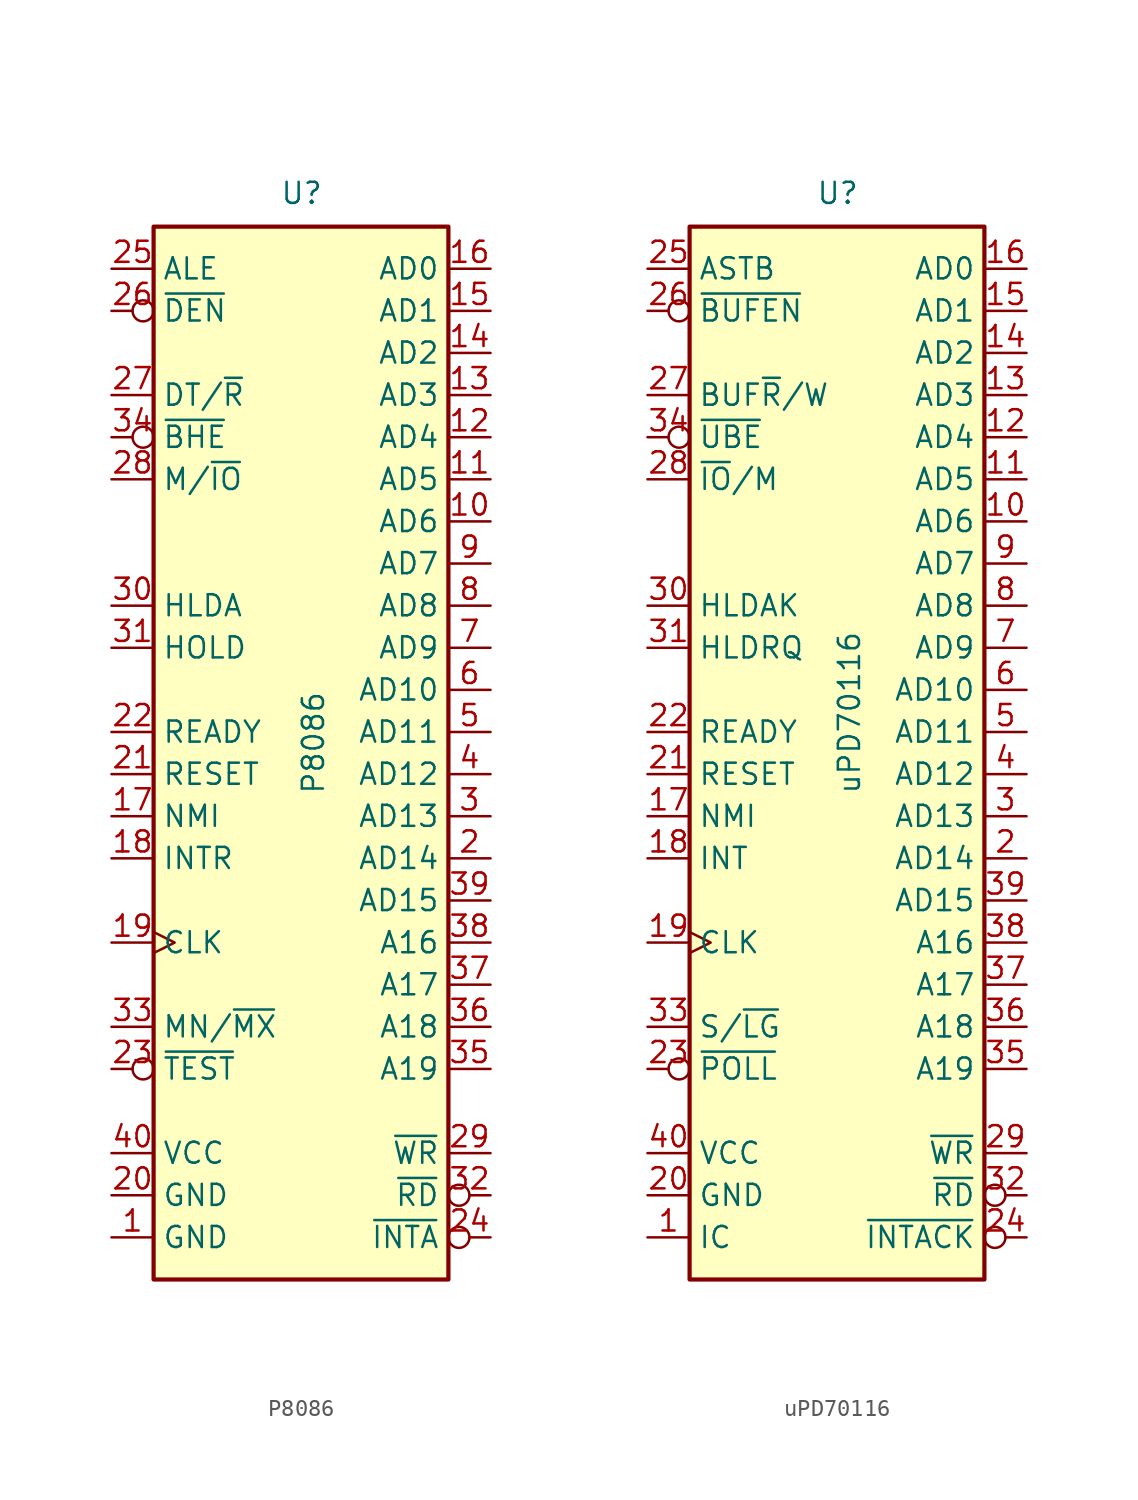
<source format=kicad_sym>
(kicad_symbol_lib
  (version 20220914)
  (generator kicad_symbol_editor)
  (symbol "P8086"
    (property "Reference" "U"
      (at -1.27 31.75 0)
      (effects (font (size 1.27 1.27)) (justify left bottom)))
    (property "Value" "P8086"
      (at 0 -3.81 90)
      (effects (font (size 1.27 1.27)) (justify left top)))
    (symbol "P8086_0_1"
      (rectangle (start -8.89 -33.02) (end 8.89 30.48) (stroke (width 0.254) (type default)) (fill (type background))))
    (symbol "P8086_1_1"
      (pin power_in line (at -11.43 -30.48 0) (length 2.54) (name "GND" (effects (font (size 1.27 1.27)))) (number "1" (effects (font (size 1.27 1.27)))))
      (pin bidirectional line (at 11.43 12.7 180) (length 2.54) (name "AD6" (effects (font (size 1.27 1.27)))) (number "10" (effects (font (size 1.27 1.27)))))
      (pin bidirectional line (at 11.43 15.24 180) (length 2.54) (name "AD5" (effects (font (size 1.27 1.27)))) (number "11" (effects (font (size 1.27 1.27)))))
      (pin bidirectional line (at 11.43 17.78 180) (length 2.54) (name "AD4" (effects (font (size 1.27 1.27)))) (number "12" (effects (font (size 1.27 1.27)))))
      (pin bidirectional line (at 11.43 20.32 180) (length 2.54) (name "AD3" (effects (font (size 1.27 1.27)))) (number "13" (effects (font (size 1.27 1.27)))))
      (pin bidirectional line (at 11.43 22.86 180) (length 2.54) (name "AD2" (effects (font (size 1.27 1.27)))) (number "14" (effects (font (size 1.27 1.27)))))
      (pin bidirectional line (at 11.43 25.4 180) (length 2.54) (name "AD1" (effects (font (size 1.27 1.27)))) (number "15" (effects (font (size 1.27 1.27)))))
      (pin bidirectional line (at 11.43 27.94 180) (length 2.54) (name "AD0" (effects (font (size 1.27 1.27)))) (number "16" (effects (font (size 1.27 1.27)))))
      (pin input line (at -11.43 -5.08 0) (length 2.54) (name "NMI" (effects (font (size 1.27 1.27)))) (number "17" (effects (font (size 1.27 1.27)))))
      (pin input line (at -11.43 -7.62 0) (length 2.54) (name "INTR" (effects (font (size 1.27 1.27)))) (number "18" (effects (font (size 1.27 1.27)))))
      (pin input clock (at -11.43 -12.7 0) (length 2.54) (name "CLK" (effects (font (size 1.27 1.27)))) (number "19" (effects (font (size 1.27 1.27)))))
      (pin bidirectional line (at 11.43 -7.62 180) (length 2.54) (name "AD14" (effects (font (size 1.27 1.27)))) (number "2" (effects (font (size 1.27 1.27)))))
      (pin power_in line (at -11.43 -27.94 0) (length 2.54) (name "GND" (effects (font (size 1.27 1.27)))) (number "20" (effects (font (size 1.27 1.27)))))
      (pin input line (at -11.43 -2.54 0) (length 2.54) (name "RESET" (effects (font (size 1.27 1.27)))) (number "21" (effects (font (size 1.27 1.27)))))
      (pin input line (at -11.43 0 0) (length 2.54) (name "READY" (effects (font (size 1.27 1.27)))) (number "22" (effects (font (size 1.27 1.27)))))
      (pin input inverted (at -11.43 -20.32 0) (length 2.54) (name "~{TEST}" (effects (font (size 1.27 1.27)))) (number "23" (effects (font (size 1.27 1.27)))))
      (pin output inverted (at 11.43 -30.48 180) (length 2.54) (name "~{INTA}" (effects (font (size 1.27 1.27)))) (number "24" (effects (font (size 1.27 1.27)))))
      (pin output line (at -11.43 27.94 0) (length 2.54) (name "ALE" (effects (font (size 1.27 1.27)))) (number "25" (effects (font (size 1.27 1.27)))))
      (pin output inverted (at -11.43 25.4 0) (length 2.54) (name "~{DEN}" (effects (font (size 1.27 1.27)))) (number "26" (effects (font (size 1.27 1.27)))))
      (pin output line (at -11.43 20.32 0) (length 2.54) (name "DT/~{R}" (effects (font (size 1.27 1.27)))) (number "27" (effects (font (size 1.27 1.27)))))
      (pin output line (at -11.43 15.24 0) (length 2.54) (name "M/~{IO}" (effects (font (size 1.27 1.27)))) (number "28" (effects (font (size 1.27 1.27)))))
      (pin output line (at 11.43 -25.4 180) (length 2.54) (name "~{WR}" (effects (font (size 1.27 1.27)))) (number "29" (effects (font (size 1.27 1.27)))))
      (pin bidirectional line (at 11.43 -5.08 180) (length 2.54) (name "AD13" (effects (font (size 1.27 1.27)))) (number "3" (effects (font (size 1.27 1.27)))))
      (pin output line (at -11.43 7.62 0) (length 2.54) (name "HLDA" (effects (font (size 1.27 1.27)))) (number "30" (effects (font (size 1.27 1.27)))))
      (pin input line (at -11.43 5.08 0) (length 2.54) (name "HOLD" (effects (font (size 1.27 1.27)))) (number "31" (effects (font (size 1.27 1.27)))))
      (pin output inverted (at 11.43 -27.94 180) (length 2.54) (name "~{RD}" (effects (font (size 1.27 1.27)))) (number "32" (effects (font (size 1.27 1.27)))))
      (pin input line (at -11.43 -17.78 0) (length 2.54) (name "MN/~{MX}" (effects (font (size 1.27 1.27)))) (number "33" (effects (font (size 1.27 1.27)))))
      (pin output inverted (at -11.43 17.78 0) (length 2.54) (name "~{BHE}" (effects (font (size 1.27 1.27)))) (number "34" (effects (font (size 1.27 1.27)))))
      (pin output line (at 11.43 -20.32 180) (length 2.54) (name "A19" (effects (font (size 1.27 1.27)))) (number "35" (effects (font (size 1.27 1.27)))))
      (pin output line (at 11.43 -17.78 180) (length 2.54) (name "A18" (effects (font (size 1.27 1.27)))) (number "36" (effects (font (size 1.27 1.27)))))
      (pin output line (at 11.43 -15.24 180) (length 2.54) (name "A17" (effects (font (size 1.27 1.27)))) (number "37" (effects (font (size 1.27 1.27)))))
      (pin output line (at 11.43 -12.7 180) (length 2.54) (name "A16" (effects (font (size 1.27 1.27)))) (number "38" (effects (font (size 1.27 1.27)))))
      (pin bidirectional line (at 11.43 -10.16 180) (length 2.54) (name "AD15" (effects (font (size 1.27 1.27)))) (number "39" (effects (font (size 1.27 1.27)))))
      (pin bidirectional line (at 11.43 -2.54 180) (length 2.54) (name "AD12" (effects (font (size 1.27 1.27)))) (number "4" (effects (font (size 1.27 1.27)))))
      (pin power_in line (at -11.43 -25.4 0) (length 2.54) (name "VCC" (effects (font (size 1.27 1.27)))) (number "40" (effects (font (size 1.27 1.27)))))
      (pin bidirectional line (at 11.43 0 180) (length 2.54) (name "AD11" (effects (font (size 1.27 1.27)))) (number "5" (effects (font (size 1.27 1.27)))))
      (pin bidirectional line (at 11.43 2.54 180) (length 2.54) (name "AD10" (effects (font (size 1.27 1.27)))) (number "6" (effects (font (size 1.27 1.27)))))
      (pin bidirectional line (at 11.43 5.08 180) (length 2.54) (name "AD9" (effects (font (size 1.27 1.27)))) (number "7" (effects (font (size 1.27 1.27)))))
      (pin bidirectional line (at 11.43 7.62 180) (length 2.54) (name "AD8" (effects (font (size 1.27 1.27)))) (number "8" (effects (font (size 1.27 1.27)))))
      (pin bidirectional line (at 11.43 10.16 180) (length 2.54) (name "AD7" (effects (font (size 1.27 1.27)))) (number "9" (effects (font (size 1.27 1.27)))))))
  (symbol "uPD70116"
    (property "Reference" "U"
      (at -1.27 31.75 0)
      (effects (font (size 1.27 1.27)) (justify left bottom)))
    (property "Value" "uPD70116"
      (at 0 -3.81 90)
      (effects (font (size 1.27 1.27)) (justify left top)))
    (symbol "uPD70116_0_1"
      (rectangle (start -8.89 -33.02) (end 8.89 30.48) (stroke (width 0.254) (type default)) (fill (type background))))
    (symbol "uPD70116_1_1"
      (pin input line (at -11.43 -30.48 0) (length 2.54) (name "IC" (effects (font (size 1.27 1.27)))) (number "1" (effects (font (size 1.27 1.27)))))
      (pin bidirectional line (at 11.43 12.7 180) (length 2.54) (name "AD6" (effects (font (size 1.27 1.27)))) (number "10" (effects (font (size 1.27 1.27)))))
      (pin bidirectional line (at 11.43 15.24 180) (length 2.54) (name "AD5" (effects (font (size 1.27 1.27)))) (number "11" (effects (font (size 1.27 1.27)))))
      (pin bidirectional line (at 11.43 17.78 180) (length 2.54) (name "AD4" (effects (font (size 1.27 1.27)))) (number "12" (effects (font (size 1.27 1.27)))))
      (pin bidirectional line (at 11.43 20.32 180) (length 2.54) (name "AD3" (effects (font (size 1.27 1.27)))) (number "13" (effects (font (size 1.27 1.27)))))
      (pin bidirectional line (at 11.43 22.86 180) (length 2.54) (name "AD2" (effects (font (size 1.27 1.27)))) (number "14" (effects (font (size 1.27 1.27)))))
      (pin bidirectional line (at 11.43 25.4 180) (length 2.54) (name "AD1" (effects (font (size 1.27 1.27)))) (number "15" (effects (font (size 1.27 1.27)))))
      (pin bidirectional line (at 11.43 27.94 180) (length 2.54) (name "AD0" (effects (font (size 1.27 1.27)))) (number "16" (effects (font (size 1.27 1.27)))))
      (pin input line (at -11.43 -5.08 0) (length 2.54) (name "NMI" (effects (font (size 1.27 1.27)))) (number "17" (effects (font (size 1.27 1.27)))))
      (pin input line (at -11.43 -7.62 0) (length 2.54) (name "INT" (effects (font (size 1.27 1.27)))) (number "18" (effects (font (size 1.27 1.27)))))
      (pin input clock (at -11.43 -12.7 0) (length 2.54) (name "CLK" (effects (font (size 1.27 1.27)))) (number "19" (effects (font (size 1.27 1.27)))))
      (pin bidirectional line (at 11.43 -7.62 180) (length 2.54) (name "AD14" (effects (font (size 1.27 1.27)))) (number "2" (effects (font (size 1.27 1.27)))))
      (pin power_in line (at -11.43 -27.94 0) (length 2.54) (name "GND" (effects (font (size 1.27 1.27)))) (number "20" (effects (font (size 1.27 1.27)))))
      (pin input line (at -11.43 -2.54 0) (length 2.54) (name "RESET" (effects (font (size 1.27 1.27)))) (number "21" (effects (font (size 1.27 1.27)))))
      (pin input line (at -11.43 0 0) (length 2.54) (name "READY" (effects (font (size 1.27 1.27)))) (number "22" (effects (font (size 1.27 1.27)))))
      (pin input inverted (at -11.43 -20.32 0) (length 2.54) (name "~{POLL}" (effects (font (size 1.27 1.27)))) (number "23" (effects (font (size 1.27 1.27)))))
      (pin output inverted (at 11.43 -30.48 180) (length 2.54) (name "~{INTACK}" (effects (font (size 1.27 1.27)))) (number "24" (effects (font (size 1.27 1.27)))))
      (pin output line (at -11.43 27.94 0) (length 2.54) (name "ASTB" (effects (font (size 1.27 1.27)))) (number "25" (effects (font (size 1.27 1.27)))))
      (pin output inverted (at -11.43 25.4 0) (length 2.54) (name "~{BUFEN}" (effects (font (size 1.27 1.27)))) (number "26" (effects (font (size 1.27 1.27)))))
      (pin output line (at -11.43 20.32 0) (length 2.54) (name "BUF~{R}/W" (effects (font (size 1.27 1.27)))) (number "27" (effects (font (size 1.27 1.27)))))
      (pin output line (at -11.43 15.24 0) (length 2.54) (name "~{IO}/M" (effects (font (size 1.27 1.27)))) (number "28" (effects (font (size 1.27 1.27)))))
      (pin output line (at 11.43 -25.4 180) (length 2.54) (name "~{WR}" (effects (font (size 1.27 1.27)))) (number "29" (effects (font (size 1.27 1.27)))))
      (pin bidirectional line (at 11.43 -5.08 180) (length 2.54) (name "AD13" (effects (font (size 1.27 1.27)))) (number "3" (effects (font (size 1.27 1.27)))))
      (pin output line (at -11.43 7.62 0) (length 2.54) (name "HLDAK" (effects (font (size 1.27 1.27)))) (number "30" (effects (font (size 1.27 1.27)))))
      (pin input line (at -11.43 5.08 0) (length 2.54) (name "HLDRQ" (effects (font (size 1.27 1.27)))) (number "31" (effects (font (size 1.27 1.27)))))
      (pin output inverted (at 11.43 -27.94 180) (length 2.54) (name "~{RD}" (effects (font (size 1.27 1.27)))) (number "32" (effects (font (size 1.27 1.27)))))
      (pin input line (at -11.43 -17.78 0) (length 2.54) (name "S/~{LG}" (effects (font (size 1.27 1.27)))) (number "33" (effects (font (size 1.27 1.27)))))
      (pin output inverted (at -11.43 17.78 0) (length 2.54) (name "~{UBE}" (effects (font (size 1.27 1.27)))) (number "34" (effects (font (size 1.27 1.27)))))
      (pin output line (at 11.43 -20.32 180) (length 2.54) (name "A19" (effects (font (size 1.27 1.27)))) (number "35" (effects (font (size 1.27 1.27)))))
      (pin output line (at 11.43 -17.78 180) (length 2.54) (name "A18" (effects (font (size 1.27 1.27)))) (number "36" (effects (font (size 1.27 1.27)))))
      (pin output line (at 11.43 -15.24 180) (length 2.54) (name "A17" (effects (font (size 1.27 1.27)))) (number "37" (effects (font (size 1.27 1.27)))))
      (pin output line (at 11.43 -12.7 180) (length 2.54) (name "A16" (effects (font (size 1.27 1.27)))) (number "38" (effects (font (size 1.27 1.27)))))
      (pin bidirectional line (at 11.43 -10.16 180) (length 2.54) (name "AD15" (effects (font (size 1.27 1.27)))) (number "39" (effects (font (size 1.27 1.27)))))
      (pin bidirectional line (at 11.43 -2.54 180) (length 2.54) (name "AD12" (effects (font (size 1.27 1.27)))) (number "4" (effects (font (size 1.27 1.27)))))
      (pin power_in line (at -11.43 -25.4 0) (length 2.54) (name "VCC" (effects (font (size 1.27 1.27)))) (number "40" (effects (font (size 1.27 1.27)))))
      (pin bidirectional line (at 11.43 0 180) (length 2.54) (name "AD11" (effects (font (size 1.27 1.27)))) (number "5" (effects (font (size 1.27 1.27)))))
      (pin bidirectional line (at 11.43 2.54 180) (length 2.54) (name "AD10" (effects (font (size 1.27 1.27)))) (number "6" (effects (font (size 1.27 1.27)))))
      (pin bidirectional line (at 11.43 5.08 180) (length 2.54) (name "AD9" (effects (font (size 1.27 1.27)))) (number "7" (effects (font (size 1.27 1.27)))))
      (pin bidirectional line (at 11.43 7.62 180) (length 2.54) (name "AD8" (effects (font (size 1.27 1.27)))) (number "8" (effects (font (size 1.27 1.27)))))
      (pin bidirectional line (at 11.43 10.16 180) (length 2.54) (name "AD7" (effects (font (size 1.27 1.27)))) (number "9" (effects (font (size 1.27 1.27))))))))
</source>
